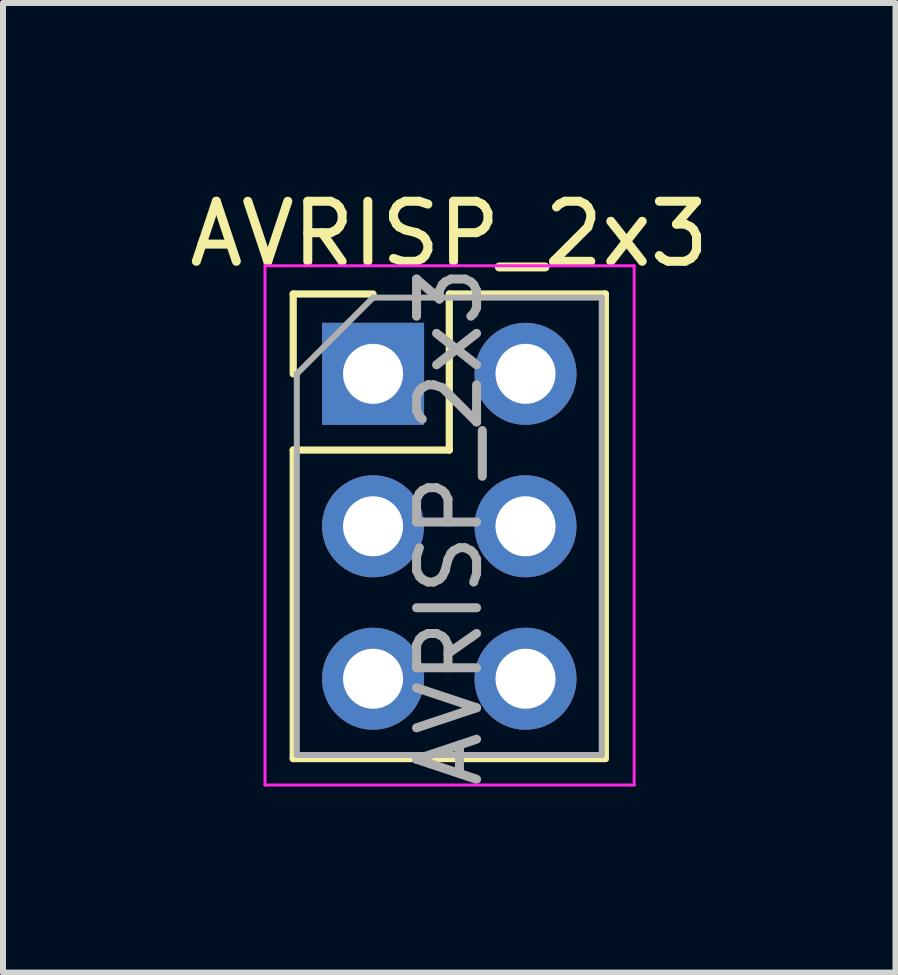
<source format=kicad_pcb>
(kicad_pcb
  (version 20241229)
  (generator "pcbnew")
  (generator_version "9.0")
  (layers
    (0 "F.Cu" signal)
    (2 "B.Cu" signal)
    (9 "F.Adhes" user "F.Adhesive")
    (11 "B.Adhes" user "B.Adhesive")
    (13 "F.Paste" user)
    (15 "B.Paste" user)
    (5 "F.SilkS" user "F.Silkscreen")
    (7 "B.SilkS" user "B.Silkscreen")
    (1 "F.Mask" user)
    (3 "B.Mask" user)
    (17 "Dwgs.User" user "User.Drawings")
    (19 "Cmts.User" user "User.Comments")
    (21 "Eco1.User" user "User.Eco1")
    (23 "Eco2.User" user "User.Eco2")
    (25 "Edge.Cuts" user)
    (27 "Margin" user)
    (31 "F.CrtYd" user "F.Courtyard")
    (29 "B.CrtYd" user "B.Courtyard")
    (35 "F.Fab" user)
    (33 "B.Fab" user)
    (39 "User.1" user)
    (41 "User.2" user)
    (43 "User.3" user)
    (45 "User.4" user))
  (footprint "AVRISP_2x3"
    (layer "F.Cu")
    (at 3.165 3.178)
    (property "Reference" "AVRISP_2x3" (at 1.27 -2.33 0) (layer "F.SilkS") (effects (font (size 1 1) (thickness 0.15))))
    (attr through_hole)
    (fp_line (start -1.33 -1.33) (end 0 -1.33) (stroke (width 0.12) (type solid)) (layer "F.SilkS"))
    (fp_line (start -1.33 0) (end -1.33 -1.33) (stroke (width 0.12) (type solid)) (layer "F.SilkS"))
    (fp_line (start -1.33 1.27) (end -1.33 6.41) (stroke (width 0.12) (type solid)) (layer "F.SilkS"))
    (fp_line (start -1.33 1.27) (end 1.27 1.27) (stroke (width 0.12) (type solid)) (layer "F.SilkS"))
    (fp_line (start -1.33 6.41) (end 3.87 6.41) (stroke (width 0.12) (type solid)) (layer "F.SilkS"))
    (fp_line (start 1.27 -1.33) (end 3.87 -1.33) (stroke (width 0.12) (type solid)) (layer "F.SilkS"))
    (fp_line (start 1.27 1.27) (end 1.27 -1.33) (stroke (width 0.12) (type solid)) (layer "F.SilkS"))
    (fp_line (start 3.87 -1.33) (end 3.87 6.41) (stroke (width 0.12) (type solid)) (layer "F.SilkS"))
    (fp_line (start -1.8 -1.8) (end -1.8 6.85) (stroke (width 0.05) (type solid)) (layer "F.CrtYd"))
    (fp_line (start -1.8 6.85) (end 4.35 6.85) (stroke (width 0.05) (type solid)) (layer "F.CrtYd"))
    (fp_line (start 4.35 -1.8) (end -1.8 -1.8) (stroke (width 0.05) (type solid)) (layer "F.CrtYd"))
    (fp_line (start 4.35 6.85) (end 4.35 -1.8) (stroke (width 0.05) (type solid)) (layer "F.CrtYd"))
    (fp_line (start -1.27 0) (end 0 -1.27) (stroke (width 0.1) (type solid)) (layer "F.Fab"))
    (fp_line (start -1.27 6.35) (end -1.27 0) (stroke (width 0.1) (type solid)) (layer "F.Fab"))
    (fp_line (start 0 -1.27) (end 3.81 -1.27) (stroke (width 0.1) (type solid)) (layer "F.Fab"))
    (fp_line (start 3.81 -1.27) (end 3.81 6.35) (stroke (width 0.1) (type solid)) (layer "F.Fab"))
    (fp_line (start 3.81 6.35) (end -1.27 6.35) (stroke (width 0.1) (type solid)) (layer "F.Fab"))
    (fp_text user "${REFERENCE}" (at 1.27 2.54 90) (layer "F.Fab") (effects (font (size 1 1) (thickness 0.15))))
    (pad "1" thru_hole oval (at 2.54 0) (size 1.7 1.7) (drill 1) (layers "*.Cu" "*.Mask"))
    (pad "2" thru_hole rect (at 0 0) (size 1.7 1.7) (drill 1) (layers "*.Cu" "*.Mask"))
    (pad "3" thru_hole oval (at 2.54 2.54) (size 1.7 1.7) (drill 1) (layers "*.Cu" "*.Mask"))
    (pad "4" thru_hole oval (at 0 2.54) (size 1.7 1.7) (drill 1) (layers "*.Cu" "*.Mask"))
    (pad "5" thru_hole oval (at 2.54 5.08) (size 1.7 1.7) (drill 1) (layers "*.Cu" "*.Mask"))
    (pad "6" thru_hole oval (at 0 5.08) (size 1.7 1.7) (drill 1) (layers "*.Cu" "*.Mask")))
  (gr_rect
    (start -3 -3)
    (end 11.869 13.153)
    (stroke (width 0.1) (type default))
    (fill no)
    (layer "Edge.Cuts")))
</source>
